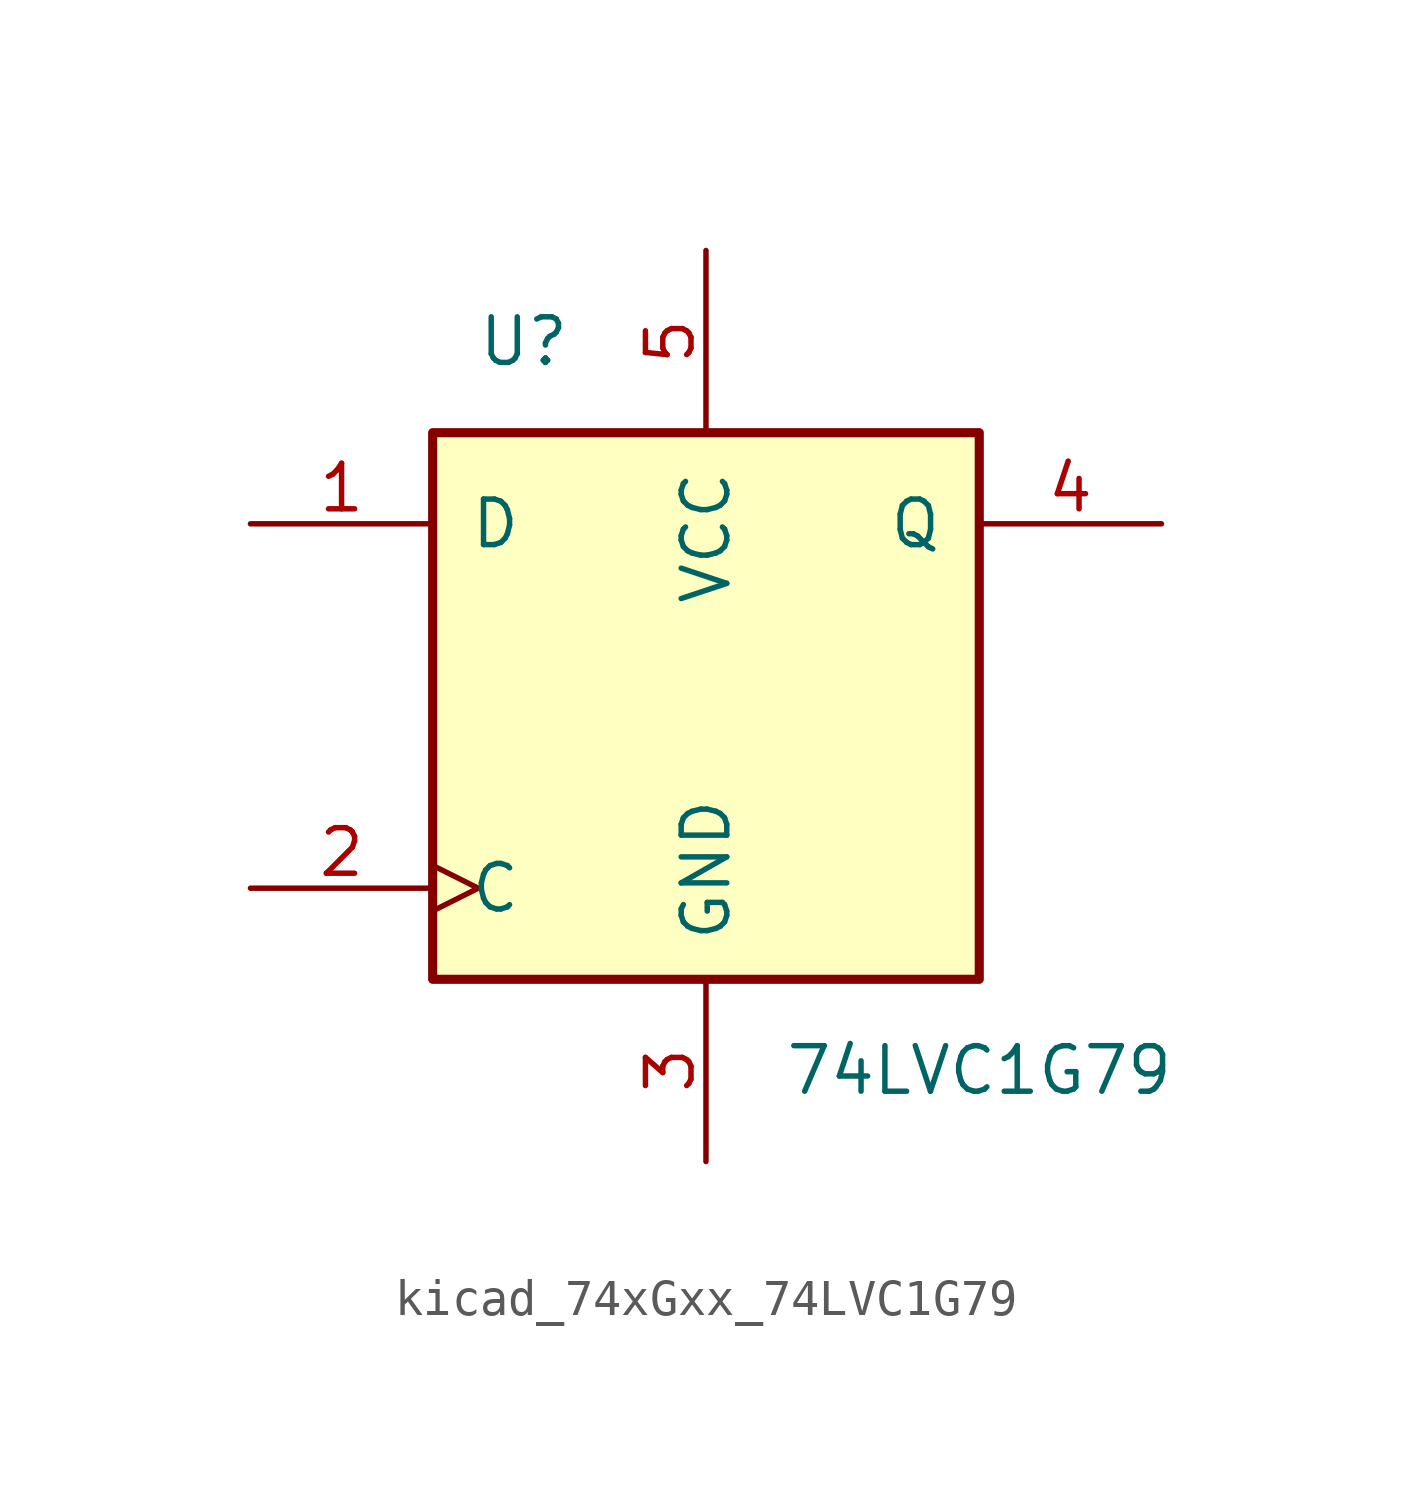
<source format=kicad_sym>
(kicad_symbol_lib
  (version 20220914)
  (generator kicad_symbol_editor)
  (symbol "kicad_74xGxx_74LVC1G79"
    (pin_names
      (offset 1.016))
    (property "Reference" "U"
      (at -5.08 10.16 0)
      (effects (font (size 1.27 1.27))))
    (property "Value" "74LVC1G79"
      (at 7.62 -10.16 0)
      (effects (font (size 1.27 1.27))))
    (symbol "kicad_74xGxx_74LVC1G79_0_1"
      (rectangle (start -7.62 7.62) (end 7.62 -7.62) (stroke (width 0.254) (type default)) (fill (type background))))
    (symbol "kicad_74xGxx_74LVC1G79_1_1"
      (pin input line (at -12.7 5.08 0) (length 5.08) (name "D" (effects (font (size 1.27 1.27)))) (number "1" (effects (font (size 1.27 1.27)))))
      (pin input clock (at -12.7 -5.08 0) (length 5.08) (name "C" (effects (font (size 1.27 1.27)))) (number "2" (effects (font (size 1.27 1.27)))))
      (pin power_in line (at 0 -12.7 90) (length 5.08) (name "GND" (effects (font (size 1.27 1.27)))) (number "3" (effects (font (size 1.27 1.27)))))
      (pin output line (at 12.7 5.08 180) (length 5.08) (name "Q" (effects (font (size 1.27 1.27)))) (number "4" (effects (font (size 1.27 1.27)))))
      (pin power_in line (at 0 12.7 270) (length 5.08) (name "VCC" (effects (font (size 1.27 1.27)))) (number "5" (effects (font (size 1.27 1.27))))))))
</source>
